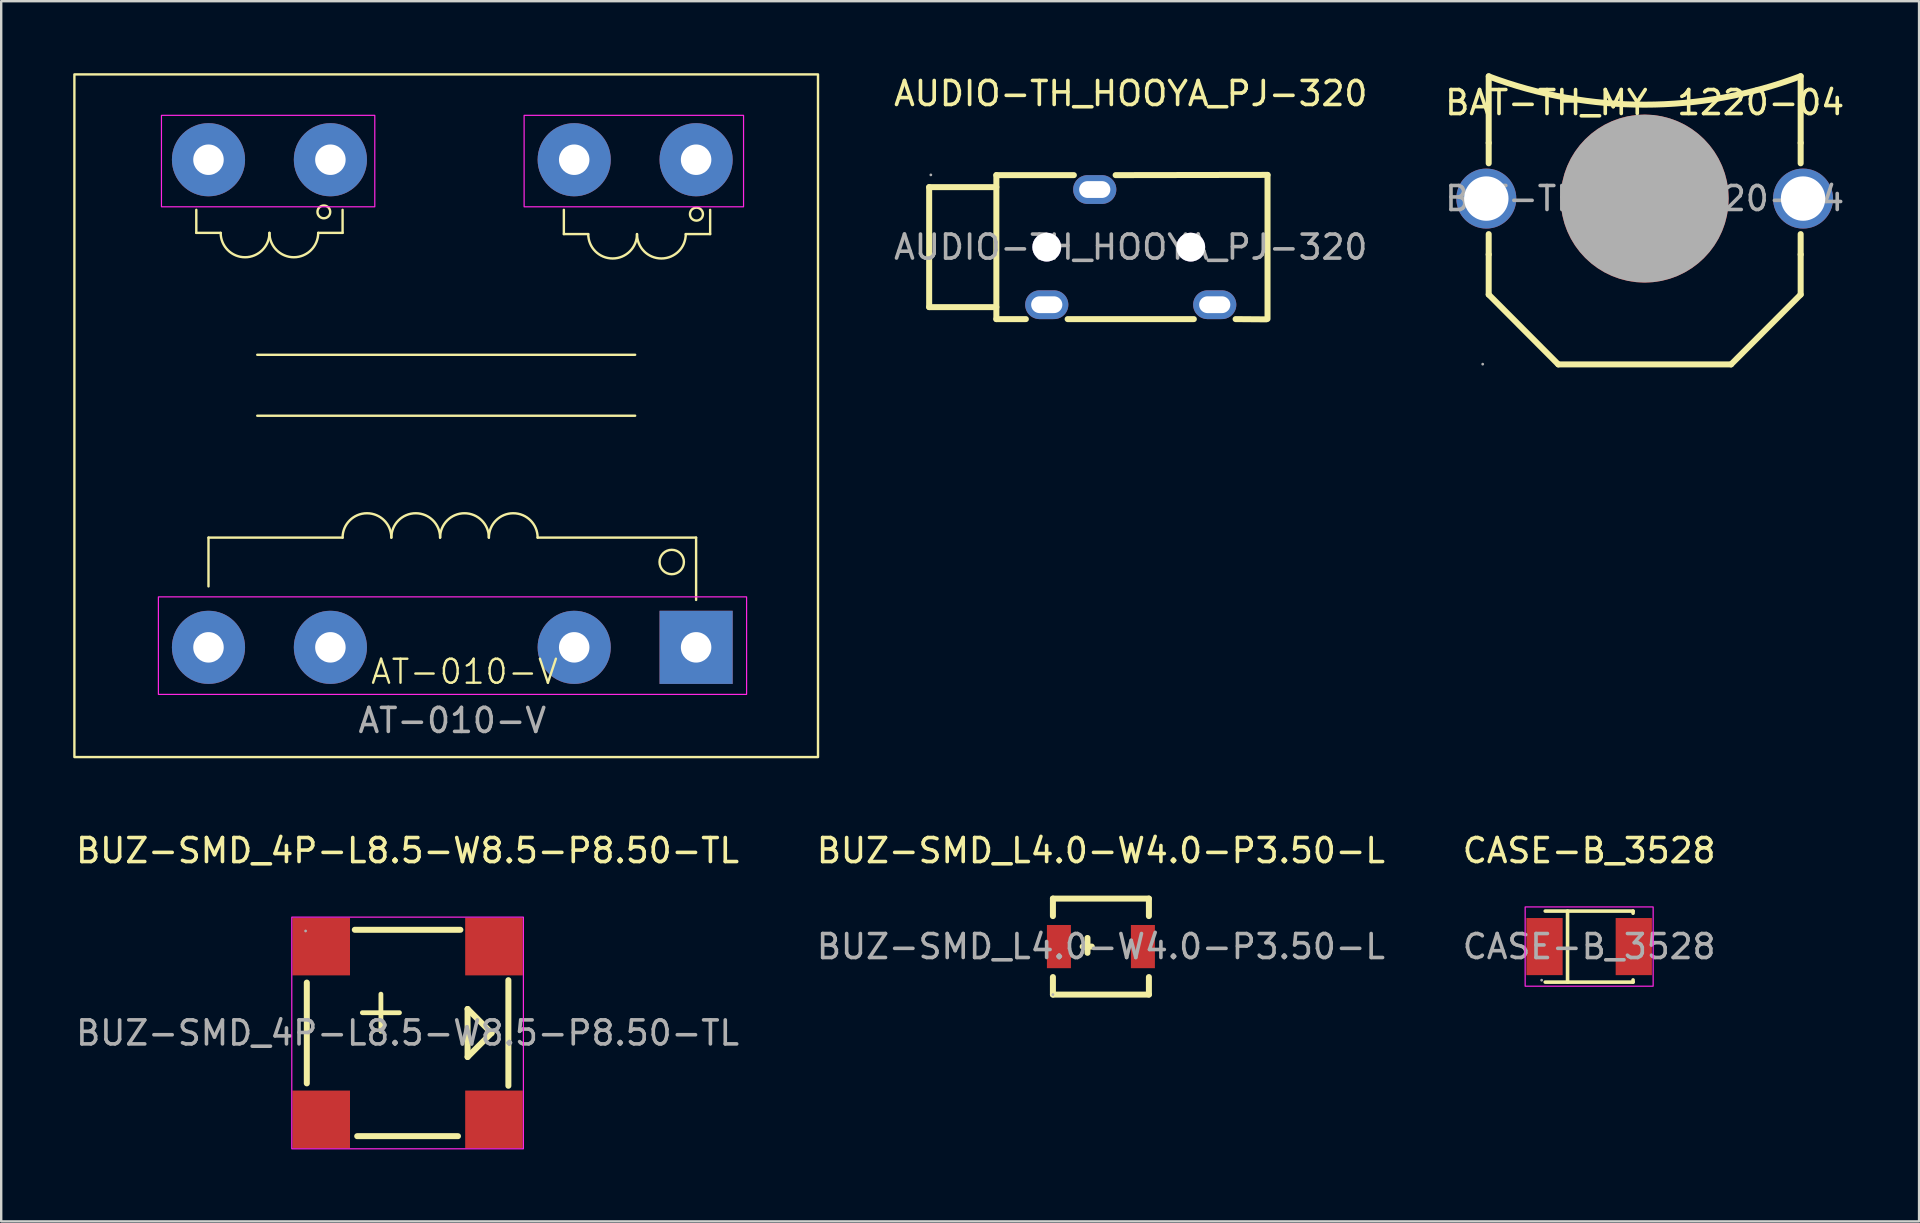
<source format=kicad_pcb>
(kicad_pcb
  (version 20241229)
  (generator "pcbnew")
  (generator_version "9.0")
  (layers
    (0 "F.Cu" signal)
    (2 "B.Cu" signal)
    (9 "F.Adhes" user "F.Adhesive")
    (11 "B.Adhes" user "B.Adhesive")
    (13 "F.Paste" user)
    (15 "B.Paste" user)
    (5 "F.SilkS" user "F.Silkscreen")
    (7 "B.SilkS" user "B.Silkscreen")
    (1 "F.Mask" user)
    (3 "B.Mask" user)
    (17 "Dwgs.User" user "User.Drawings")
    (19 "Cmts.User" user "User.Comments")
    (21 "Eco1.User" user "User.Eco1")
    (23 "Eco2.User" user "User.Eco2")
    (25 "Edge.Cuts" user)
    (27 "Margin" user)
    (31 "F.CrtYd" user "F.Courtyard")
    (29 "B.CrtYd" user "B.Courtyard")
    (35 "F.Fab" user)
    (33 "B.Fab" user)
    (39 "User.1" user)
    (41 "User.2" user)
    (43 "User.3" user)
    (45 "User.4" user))
  (footprint "BAT-TH_MY-1220-04"
    (layer "F.Cu")
    (at 65.487 5.225)
    (property "Reference" "BAT-TH_MY-1220-04" (at 0 -4 0) (layer "F.SilkS") (effects (font (size 1 1) (thickness 0.15))))
    (attr through_hole)
    (fp_line (start -6.5 -2.32) (end -6.5 -5.1) (stroke (width 0.25) (type solid)) (layer "F.SilkS"))
    (fp_line (start -6.5 -2.32) (end -6.5 -1.47) (stroke (width 0.25) (type solid)) (layer "F.SilkS"))
    (fp_line (start -6.5 1.48) (end -6.5 2.33) (stroke (width 0.25) (type solid)) (layer "F.SilkS"))
    (fp_line (start -6.5 4) (end -6.5 2.33) (stroke (width 0.25) (type solid)) (layer "F.SilkS"))
    (fp_line (start -3.6 6.91) (end -6.5 4) (stroke (width 0.25) (type solid)) (layer "F.SilkS"))
    (fp_line (start 3.6 6.91) (end -3.6 6.91) (stroke (width 0.25) (type solid)) (layer "F.SilkS"))
    (fp_line (start 6.5 -5.1) (end 6.5 -2.32) (stroke (width 0.25) (type solid)) (layer "F.SilkS"))
    (fp_line (start 6.5 -2.32) (end 6.5 -1.47) (stroke (width 0.25) (type solid)) (layer "F.SilkS"))
    (fp_line (start 6.5 1.48) (end 6.5 2.33) (stroke (width 0.25) (type solid)) (layer "F.SilkS"))
    (fp_line (start 6.5 2.33) (end 6.5 4) (stroke (width 0.25) (type solid)) (layer "F.SilkS"))
    (fp_line (start 6.5 4) (end 3.6 6.91) (stroke (width 0.25) (type solid)) (layer "F.SilkS"))
    (fp_arc (start 6.5 -5.1) (mid 0.002912 -3.913116) (end -6.495832 -5.090904) (stroke (width 0.25) (type solid)) (layer "F.SilkS"))
    (fp_circle (center -6.75 6.9) (end -6.72 6.9) (stroke (width 0.06) (type solid)) (fill no) (layer "F.Fab"))
    (fp_circle (center 0 0) (end 1.75 0) (stroke (width 3.5) (type solid)) (fill no) (layer "F.Fab"))
    (fp_text user "${REFERENCE}" (at 0 0 0) (layer "F.Fab") (effects (font (size 1 1) (thickness 0.15))))
    (pad "1" thru_hole circle (at -6.6 0) (size 2.5 2.5) (drill 1.85) (layers "*.Cu" "*.Mask"))
    (pad "2" thru_hole circle (at 6.6 0) (size 2.5 2.5) (drill 1.85) (layers "*.Cu" "*.Mask"))
    (pad "3" smd circle (at 0 0) (size 7 7) (layers "F.Cu" "F.Mask" "F.Paste")))
  (footprint "AUDIO-TH_HOOYA_PJ-320"
    (layer "F.Cu")
    (at 44.07 7.248)
    (property "Reference" "AUDIO-TH_HOOYA_PJ-320" (at 0 -6.4 0) (layer "F.SilkS") (effects (font (size 1 1) (thickness 0.15))))
    (attr through_hole)
    (fp_line (start -8.4 -2.5) (end -8.4 2.5) (stroke (width 0.25) (type solid)) (layer "F.SilkS"))
    (fp_line (start -5.6 -3) (end -5.6 3) (stroke (width 0.25) (type solid)) (layer "F.SilkS"))
    (fp_line (start -5.6 -3) (end -2.37 -3) (stroke (width 0.25) (type solid)) (layer "F.SilkS"))
    (fp_line (start -5.6 -2.5) (end -8.4 -2.5) (stroke (width 0.25) (type solid)) (layer "F.SilkS"))
    (fp_line (start -5.6 2.5) (end -8.4 2.5) (stroke (width 0.25) (type solid)) (layer "F.SilkS"))
    (fp_line (start -5.6 3) (end -4.37 3) (stroke (width 0.25) (type solid)) (layer "F.SilkS"))
    (fp_line (start -2.63 3) (end 2.63 3) (stroke (width 0.25) (type solid)) (layer "F.SilkS"))
    (fp_line (start -0.63 -3) (end 5.7 -3.01) (stroke (width 0.25) (type solid)) (layer "F.SilkS"))
    (fp_line (start 4.37 3) (end 5.65 3.01) (stroke (width 0.25) (type solid)) (layer "F.SilkS"))
    (fp_line (start 5.7 -3.01) (end 5.7 2.99) (stroke (width 0.25) (type solid)) (layer "F.SilkS"))
    (fp_circle (center -3.5 0) (end -3.3 0) (stroke (width 0.4) (type solid)) (fill no) (layer "Cmts.User"))
    (fp_circle (center 2.5 0) (end 2.7 0) (stroke (width 0.4) (type solid)) (fill no) (layer "Cmts.User"))
    (fp_circle (center -8.33 -3.01) (end -8.3 -3.01) (stroke (width 0.06) (type solid)) (fill no) (layer "F.Fab"))
    (fp_text user "${REFERENCE}" (at 0 0 0) (layer "F.Fab") (effects (font (size 1 1) (thickness 0.15))))
    (pad "" thru_hole circle (at -3.5 0) (size 1.2 1.2) (drill 1.2) (layers "*.Cu" "*.Mask"))
    (pad "" thru_hole circle (at 2.5 0) (size 1.2 1.2) (drill 1.2) (layers "*.Cu" "*.Mask"))
    (pad "2" thru_hole oval (at -1.5 -2.4 270) (size 1.2 1.8) (drill oval 0.7 1.3) (layers "*.Cu" "*.Mask"))
    (pad "3" thru_hole oval (at -3.5 2.4 270) (size 1.2 1.8) (drill oval 0.7 1.3) (layers "*.Cu" "*.Mask"))
    (pad "4" thru_hole oval (at 3.5 2.4 270) (size 1.2 1.8) (drill oval 0.7 1.3) (layers "*.Cu" "*.Mask")))
  (footprint "CASE-B_3528"
    (layer "F.Cu")
    (at 63.173 36.396)
    (property "Reference" "CASE-B_3528" (at 0 -4 0) (layer "F.SilkS") (effects (font (size 1 1) (thickness 0.15))))
    (attr smd)
    (fp_line (start -0.9 1.48) (end -0.9 -1.48) (stroke (width 0.15) (type solid)) (layer "F.SilkS"))
    (fp_line (start 1.83 -1.48) (end -1.83 -1.48) (stroke (width 0.15) (type solid)) (layer "F.SilkS"))
    (fp_line (start 1.83 -1.48) (end 1.83 -1.39) (stroke (width 0.15) (type solid)) (layer "F.SilkS"))
    (fp_line (start 1.83 1.48) (end -1.83 1.48) (stroke (width 0.15) (type solid)) (layer "F.SilkS"))
    (fp_line (start 1.83 1.48) (end 1.83 1.39) (stroke (width 0.15) (type solid)) (layer "F.SilkS"))
    (fp_rect (start -2.667 -1.651) (end 2.667 1.651) (stroke (width 0.05) (type default)) (fill no) (layer "F.CrtYd"))
    (fp_circle (center -1.98 1.4) (end -1.95 1.4) (stroke (width 0.06) (type solid)) (fill no) (layer "F.Fab"))
    (fp_text user "${REFERENCE}" (at 0 0 0) (layer "F.Fab") (effects (font (size 1 1) (thickness 0.15))))
    (pad "1" smd rect (at -1.86 0 180) (size 1.51 2.38) (layers "F.Cu" "F.Mask" "F.Paste"))
    (pad "2" smd rect (at 1.86 0 180) (size 1.51 2.38) (layers "F.Cu" "F.Mask" "F.Paste")))
  (footprint "BUZ-SMD_L4.0-W4.0-P3.50-L"
    (layer "F.Cu")
    (at 42.827 36.396)
    (property "Reference" "BUZ-SMD_L4.0-W4.0-P3.50-L" (at 0 -4 0) (layer "F.SilkS") (effects (font (size 1 1) (thickness 0.15))))
    (attr smd)
    (fp_line (start -2 -2) (end -2 -1.27) (stroke (width 0.25) (type solid)) (layer "F.SilkS"))
    (fp_line (start -2 2) (end -2 1.27) (stroke (width 0.25) (type solid)) (layer "F.SilkS"))
    (fp_line (start -0.76 0) (end -0.38 0) (stroke (width 0.25) (type solid)) (layer "F.SilkS"))
    (fp_line (start -0.56 -0.36) (end -0.56 0.26) (stroke (width 0.25) (type solid)) (layer "F.SilkS"))
    (fp_line (start 2 -2) (end -2 -2) (stroke (width 0.25) (type solid)) (layer "F.SilkS"))
    (fp_line (start 2 -1.27) (end 2 -2) (stroke (width 0.25) (type solid)) (layer "F.SilkS"))
    (fp_line (start 2 1.27) (end 2 2) (stroke (width 0.25) (type solid)) (layer "F.SilkS"))
    (fp_line (start 2 2) (end -2 2) (stroke (width 0.25) (type solid)) (layer "F.SilkS"))
    (fp_circle (center -2 2) (end -1.97 2) (stroke (width 0.06) (type solid)) (fill no) (layer "F.Fab"))
    (fp_text user "${REFERENCE}" (at 0 0 0) (layer "F.Fab") (effects (font (size 1 1) (thickness 0.15))))
    (pad "1" smd rect (at -1.75 0) (size 1 1.8) (layers "F.Cu" "F.Mask" "F.Paste"))
    (pad "2" smd rect (at 1.75 0) (size 1 1.8) (layers "F.Cu" "F.Mask" "F.Paste")))
  (footprint "AT-010-V"
    (layer "F.Cu")
    (at 15.87 14.33)
    (property "Reference" "AT-010-V" (at 0.436 10.612 0) (unlocked yes) (layer "F.SilkS") (effects (font (size 1 1) (thickness 0.1))))
    (attr through_hole)
    (fp_line (start -10.74 -7.676) (end -10.74 -8.636) (stroke (width 0.1) (type default)) (layer "F.SilkS"))
    (fp_line (start -10.232 7.056) (end -10.232 5.024) (stroke (width 0.1) (type default)) (layer "F.SilkS"))
    (fp_line (start -9.724 -7.676) (end -10.74 -7.676) (stroke (width 0.1) (type default)) (layer "F.SilkS"))
    (fp_line (start -8.2 -2.596) (end 7.548 -2.596) (stroke (width 0.1) (type default)) (layer "F.SilkS"))
    (fp_line (start -8.2 -0.056) (end 7.548 -0.056) (stroke (width 0.1) (type default)) (layer "F.SilkS"))
    (fp_line (start -5.66 -7.676) (end -4.644 -7.676) (stroke (width 0.1) (type default)) (layer "F.SilkS"))
    (fp_line (start -4.644 -7.676) (end -4.644 -8.636) (stroke (width 0.1) (type default)) (layer "F.SilkS"))
    (fp_line (start -4.644 5.024) (end -10.232 5.024) (stroke (width 0.1) (type default)) (layer "F.SilkS"))
    (fp_line (start 3.484 5.024) (end 10.088 5.024) (stroke (width 0.1) (type default)) (layer "F.SilkS"))
    (fp_line (start 4.577 -7.625) (end 4.577 -8.636) (stroke (width 0.1) (type default)) (layer "F.SilkS"))
    (fp_line (start 5.593 -7.625) (end 4.577 -7.625) (stroke (width 0.1) (type default)) (layer "F.SilkS"))
    (fp_line (start 9.657 -7.625) (end 10.673 -7.625) (stroke (width 0.1) (type default)) (layer "F.SilkS"))
    (fp_line (start 10.088 7.62) (end 10.088 5.024) (stroke (width 0.1) (type default)) (layer "F.SilkS"))
    (fp_line (start 10.673 -7.625) (end 10.673 -8.636) (stroke (width 0.1) (type default)) (layer "F.SilkS"))
    (fp_rect (start -15.82 -14.28) (end 15.168 14.168) (stroke (width 0.1) (type default)) (fill no) (layer "F.SilkS"))
    (fp_arc (start -7.692 -7.676) (mid -8.708 -6.66) (end -9.724 -7.676) (stroke (width 0.1) (type default)) (layer "F.SilkS"))
    (fp_arc (start -5.66 -7.676) (mid -6.676 -6.66) (end -7.692 -7.676) (stroke (width 0.1) (type default)) (layer "F.SilkS"))
    (fp_arc (start -4.644 5.024) (mid -3.628 4.008) (end -2.612 5.024) (stroke (width 0.1) (type default)) (layer "F.SilkS"))
    (fp_arc (start -2.612 5.024) (mid -1.596 4.008) (end -0.58 5.024) (stroke (width 0.1) (type default)) (layer "F.SilkS"))
    (fp_arc (start -0.58 5.024) (mid 0.436 4.008) (end 1.452 5.024) (stroke (width 0.1) (type default)) (layer "F.SilkS"))
    (fp_arc (start 1.452 5.024) (mid 2.468 4.008) (end 3.484 5.024) (stroke (width 0.1) (type default)) (layer "F.SilkS"))
    (fp_arc (start 7.625 -7.625) (mid 6.609 -6.609) (end 5.593 -7.625) (stroke (width 0.1) (type default)) (layer "F.SilkS"))
    (fp_arc (start 9.657 -7.625) (mid 8.641 -6.609) (end 7.625 -7.625) (stroke (width 0.1) (type default)) (layer "F.SilkS"))
    (fp_circle (center -5.425 -8.55) (end -5.225 -8.375) (stroke (width 0.1) (type default)) (fill no) (layer "F.SilkS"))
    (fp_circle (center 9.072 6.04) (end 9.58 6.04) (stroke (width 0.1) (type default)) (fill no) (layer "F.SilkS"))
    (fp_circle (center 10.102 -8.457) (end 10.252 -8.232) (stroke (width 0.1) (type default)) (fill no) (layer "F.SilkS"))
    (fp_rect (start -12.319 7.493) (end 12.192 11.557) (stroke (width 0.05) (type default)) (fill no) (layer "F.CrtYd"))
    (fp_rect (start -12.192 -12.573) (end -3.302 -8.763) (stroke (width 0.05) (type default)) (fill no) (layer "F.CrtYd"))
    (fp_rect (start 2.921 -12.573) (end 12.065 -8.763) (stroke (width 0.05) (type default)) (fill no) (layer "F.CrtYd"))
    (fp_text user "${REFERENCE}" (at -0.072 12.644 0) (unlocked yes) (layer "F.Fab") (effects (font (size 1 1) (thickness 0.15))))
    (pad "1" thru_hole rect (at 10.088 9.596) (size 3.048 3.048) (drill 1.27) (layers "*.Cu" "*.Mask"))
    (pad "2" thru_hole circle (at 5.008 9.596) (size 3.048 3.048) (drill 1.27) (layers "*.Cu" "*.Mask"))
    (pad "3" thru_hole circle (at -5.152 9.596) (size 3.048 3.048) (drill 1.27) (layers "*.Cu" "*.Mask"))
    (pad "5" thru_hole circle (at -10.232 9.596) (size 3.048 3.048) (drill 1.27) (layers "*.Cu" "*.Mask"))
    (pad "6" thru_hole circle (at -10.232 -10.724) (size 3.048 3.048) (drill 1.27) (layers "*.Cu" "*.Mask"))
    (pad "7" thru_hole circle (at -5.152 -10.724) (size 3.048 3.048) (drill 1.27) (layers "*.Cu" "*.Mask"))
    (pad "9" thru_hole circle (at 5.008 -10.724) (size 3.048 3.048) (drill 1.27) (layers "*.Cu" "*.Mask"))
    (pad "10" thru_hole circle (at 10.088 -10.724) (size 3.048 3.048) (drill 1.27) (layers "*.Cu" "*.Mask")))
  (footprint "BUZ-SMD_4P-L8.5-W8.5-P8.50-TL"
    (layer "F.Cu")
    (at 13.935 39.996)
    (property "Reference" "BUZ-SMD_4P-L8.5-W8.5-P8.50-TL" (at 0 -7.6 0) (layer "F.SilkS") (effects (font (size 1 1) (thickness 0.15))))
    (attr smd)
    (fp_line (start -4.2 -2.1) (end -4.2 2.1) (stroke (width 0.25) (type solid)) (layer "F.SilkS"))
    (fp_line (start -2.2 -4.3) (end 2.2 -4.3) (stroke (width 0.25) (type solid)) (layer "F.SilkS"))
    (fp_line (start -2.1 4.3) (end 2.1 4.3) (stroke (width 0.25) (type solid)) (layer "F.SilkS"))
    (fp_line (start 2.5 -1) (end 2.5 1) (stroke (width 0.25) (type solid)) (layer "F.SilkS"))
    (fp_line (start 2.5 1) (end 3.5 0) (stroke (width 0.25) (type solid)) (layer "F.SilkS"))
    (fp_line (start 3.5 0) (end 2.5 -1) (stroke (width 0.25) (type solid)) (layer "F.SilkS"))
    (fp_line (start 4.2 -2.2) (end 4.2 2.2) (stroke (width 0.25) (type solid)) (layer "F.SilkS"))
    (fp_rect (start -4.826 -4.826) (end 4.826 4.826) (stroke (width 0.05) (type default)) (fill no) (layer "F.CrtYd"))
    (fp_circle (center -4.25 -4.25) (end -4.22 -4.25) (stroke (width 0.06) (type solid)) (fill no) (layer "F.Fab"))
    (fp_text user "+" (at -2.5 -1 0) (layer "F.SilkS") (effects (font (size 2.03 2.03) (thickness 0.2)) (justify left)))
    (fp_text user "${REFERENCE}" (at 0 0 0) (layer "F.Fab") (effects (font (size 1 1) (thickness 0.15))))
    (pad "1" smd rect (at -3.6 -3.6 270) (size 2.4 2.4) (layers "F.Cu" "F.Mask" "F.Paste"))
    (pad "2" smd rect (at -3.6 3.6 270) (size 2.4 2.4) (layers "F.Cu" "F.Mask" "F.Paste"))
    (pad "3" smd rect (at 3.6 3.6 270) (size 2.4 2.4) (layers "F.Cu" "F.Mask" "F.Paste"))
    (pad "4" smd rect (at 3.6 -3.6 270) (size 2.4 2.4) (layers "F.Cu" "F.Mask" "F.Paste")))
  (gr_rect
    (start -3 -3)
    (end 76.921 47.847)
    (stroke (width 0.1) (type default))
    (fill no)
    (layer "Edge.Cuts")))
</source>
